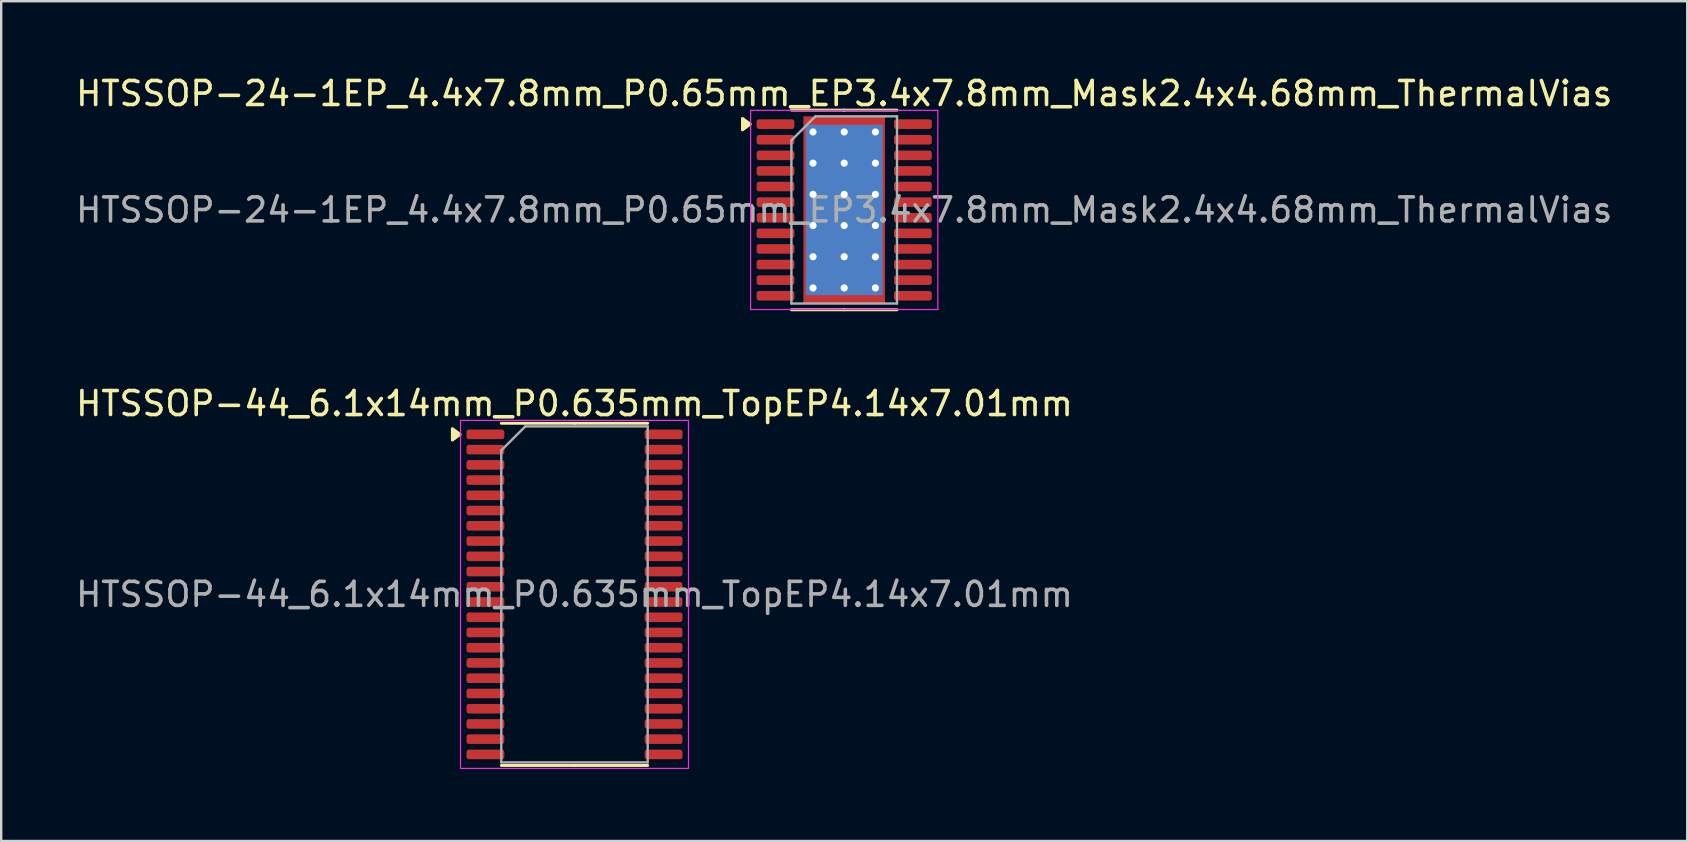
<source format=kicad_pcb>
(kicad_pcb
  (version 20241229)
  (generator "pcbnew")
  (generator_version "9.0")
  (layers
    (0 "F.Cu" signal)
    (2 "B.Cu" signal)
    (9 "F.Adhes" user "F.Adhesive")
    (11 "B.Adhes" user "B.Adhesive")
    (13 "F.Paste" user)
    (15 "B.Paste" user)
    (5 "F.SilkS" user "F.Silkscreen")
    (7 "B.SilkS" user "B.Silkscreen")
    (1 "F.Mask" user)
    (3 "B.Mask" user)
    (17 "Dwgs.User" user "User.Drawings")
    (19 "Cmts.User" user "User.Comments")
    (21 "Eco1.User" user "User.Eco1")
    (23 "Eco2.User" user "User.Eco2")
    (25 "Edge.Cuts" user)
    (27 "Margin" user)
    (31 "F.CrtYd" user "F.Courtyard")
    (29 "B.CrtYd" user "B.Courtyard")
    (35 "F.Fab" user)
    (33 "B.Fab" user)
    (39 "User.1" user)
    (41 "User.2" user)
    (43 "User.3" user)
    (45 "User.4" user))
  (footprint "HTSSOP-44_6.1x14mm_P0.635mm_TopEP4.14x7.01mm"
    (layer "F.Cu")
    (at 20.887 21.716)
    (property "Reference" "HTSSOP-44_6.1x14mm_P0.635mm_TopEP4.14x7.01mm" (at 0 -7.95 0) (layer "F.SilkS") (effects (font (size 1 1) (thickness 0.15))))
    (attr smd)
    (fp_line (start 0 -7.128) (end -3.05 -7.128) (stroke (width 0.12) (type solid)) (layer "F.SilkS"))
    (fp_line (start 0 -7.128) (end 3.05 -7.128) (stroke (width 0.12) (type solid)) (layer "F.SilkS"))
    (fp_line (start 0 7.128) (end -3.05 7.128) (stroke (width 0.12) (type solid)) (layer "F.SilkS"))
    (fp_line (start 0 7.128) (end 3.05 7.128) (stroke (width 0.12) (type solid)) (layer "F.SilkS"))
    (fp_poly (pts (xy -4.76 -6.668) (xy -5.09 -6.428) (xy -5.09 -6.907) (xy -4.76 -6.668)) (stroke (width 0.12) (type solid)) (fill yes) (layer "F.SilkS"))
    (fp_line (start -4.75 -7.25) (end -4.75 7.25) (stroke (width 0.05) (type solid)) (layer "F.CrtYd"))
    (fp_line (start -4.75 7.25) (end 4.75 7.25) (stroke (width 0.05) (type solid)) (layer "F.CrtYd"))
    (fp_line (start 4.75 -7.25) (end -4.75 -7.25) (stroke (width 0.05) (type solid)) (layer "F.CrtYd"))
    (fp_line (start 4.75 7.25) (end 4.75 -7.25) (stroke (width 0.05) (type solid)) (layer "F.CrtYd"))
    (fp_line (start -3.05 -6) (end -2.05 -7) (stroke (width 0.1) (type solid)) (layer "F.Fab"))
    (fp_line (start -3.05 7) (end -3.05 -6) (stroke (width 0.1) (type solid)) (layer "F.Fab"))
    (fp_line (start -2.05 -7) (end 3.05 -7) (stroke (width 0.1) (type solid)) (layer "F.Fab"))
    (fp_line (start 3.05 -7) (end 3.05 7) (stroke (width 0.1) (type solid)) (layer "F.Fab"))
    (fp_line (start 3.05 7) (end -3.05 7) (stroke (width 0.1) (type solid)) (layer "F.Fab"))
    (fp_text user "${REFERENCE}" (at 0 0 0) (layer "F.Fab") (effects (font (size 1 1) (thickness 0.15))))
    (pad "1" smd roundrect (at -3.712 -6.668) (size 1.575 0.4) (layers "F.Cu" "F.Mask" "F.Paste") (roundrect_rratio 0.25))
    (pad "2" smd roundrect (at -3.712 -6.032) (size 1.575 0.4) (layers "F.Cu" "F.Mask" "F.Paste") (roundrect_rratio 0.25))
    (pad "3" smd roundrect (at -3.712 -5.397) (size 1.575 0.4) (layers "F.Cu" "F.Mask" "F.Paste") (roundrect_rratio 0.25))
    (pad "4" smd roundrect (at -3.712 -4.763) (size 1.575 0.4) (layers "F.Cu" "F.Mask" "F.Paste") (roundrect_rratio 0.25))
    (pad "5" smd roundrect (at -3.712 -4.128) (size 1.575 0.4) (layers "F.Cu" "F.Mask" "F.Paste") (roundrect_rratio 0.25))
    (pad "6" smd roundrect (at -3.712 -3.493) (size 1.575 0.4) (layers "F.Cu" "F.Mask" "F.Paste") (roundrect_rratio 0.25))
    (pad "7" smd roundrect (at -3.712 -2.857) (size 1.575 0.4) (layers "F.Cu" "F.Mask" "F.Paste") (roundrect_rratio 0.25))
    (pad "8" smd roundrect (at -3.712 -2.223) (size 1.575 0.4) (layers "F.Cu" "F.Mask" "F.Paste") (roundrect_rratio 0.25))
    (pad "9" smd roundrect (at -3.712 -1.587) (size 1.575 0.4) (layers "F.Cu" "F.Mask" "F.Paste") (roundrect_rratio 0.25))
    (pad "10" smd roundrect (at -3.712 -0.953) (size 1.575 0.4) (layers "F.Cu" "F.Mask" "F.Paste") (roundrect_rratio 0.25))
    (pad "11" smd roundrect (at -3.712 -0.318) (size 1.575 0.4) (layers "F.Cu" "F.Mask" "F.Paste") (roundrect_rratio 0.25))
    (pad "12" smd roundrect (at -3.712 0.318) (size 1.575 0.4) (layers "F.Cu" "F.Mask" "F.Paste") (roundrect_rratio 0.25))
    (pad "13" smd roundrect (at -3.712 0.953) (size 1.575 0.4) (layers "F.Cu" "F.Mask" "F.Paste") (roundrect_rratio 0.25))
    (pad "14" smd roundrect (at -3.712 1.587) (size 1.575 0.4) (layers "F.Cu" "F.Mask" "F.Paste") (roundrect_rratio 0.25))
    (pad "15" smd roundrect (at -3.712 2.223) (size 1.575 0.4) (layers "F.Cu" "F.Mask" "F.Paste") (roundrect_rratio 0.25))
    (pad "16" smd roundrect (at -3.712 2.857) (size 1.575 0.4) (layers "F.Cu" "F.Mask" "F.Paste") (roundrect_rratio 0.25))
    (pad "17" smd roundrect (at -3.712 3.493) (size 1.575 0.4) (layers "F.Cu" "F.Mask" "F.Paste") (roundrect_rratio 0.25))
    (pad "18" smd roundrect (at -3.712 4.128) (size 1.575 0.4) (layers "F.Cu" "F.Mask" "F.Paste") (roundrect_rratio 0.25))
    (pad "19" smd roundrect (at -3.712 4.763) (size 1.575 0.4) (layers "F.Cu" "F.Mask" "F.Paste") (roundrect_rratio 0.25))
    (pad "20" smd roundrect (at -3.712 5.397) (size 1.575 0.4) (layers "F.Cu" "F.Mask" "F.Paste") (roundrect_rratio 0.25))
    (pad "21" smd roundrect (at -3.712 6.032) (size 1.575 0.4) (layers "F.Cu" "F.Mask" "F.Paste") (roundrect_rratio 0.25))
    (pad "22" smd roundrect (at -3.712 6.668) (size 1.575 0.4) (layers "F.Cu" "F.Mask" "F.Paste") (roundrect_rratio 0.25))
    (pad "23" smd roundrect (at 3.712 6.668) (size 1.575 0.4) (layers "F.Cu" "F.Mask" "F.Paste") (roundrect_rratio 0.25))
    (pad "24" smd roundrect (at 3.712 6.032) (size 1.575 0.4) (layers "F.Cu" "F.Mask" "F.Paste") (roundrect_rratio 0.25))
    (pad "25" smd roundrect (at 3.712 5.397) (size 1.575 0.4) (layers "F.Cu" "F.Mask" "F.Paste") (roundrect_rratio 0.25))
    (pad "26" smd roundrect (at 3.712 4.763) (size 1.575 0.4) (layers "F.Cu" "F.Mask" "F.Paste") (roundrect_rratio 0.25))
    (pad "27" smd roundrect (at 3.712 4.128) (size 1.575 0.4) (layers "F.Cu" "F.Mask" "F.Paste") (roundrect_rratio 0.25))
    (pad "28" smd roundrect (at 3.712 3.493) (size 1.575 0.4) (layers "F.Cu" "F.Mask" "F.Paste") (roundrect_rratio 0.25))
    (pad "29" smd roundrect (at 3.712 2.857) (size 1.575 0.4) (layers "F.Cu" "F.Mask" "F.Paste") (roundrect_rratio 0.25))
    (pad "30" smd roundrect (at 3.712 2.223) (size 1.575 0.4) (layers "F.Cu" "F.Mask" "F.Paste") (roundrect_rratio 0.25))
    (pad "31" smd roundrect (at 3.712 1.587) (size 1.575 0.4) (layers "F.Cu" "F.Mask" "F.Paste") (roundrect_rratio 0.25))
    (pad "32" smd roundrect (at 3.712 0.953) (size 1.575 0.4) (layers "F.Cu" "F.Mask" "F.Paste") (roundrect_rratio 0.25))
    (pad "33" smd roundrect (at 3.712 0.318) (size 1.575 0.4) (layers "F.Cu" "F.Mask" "F.Paste") (roundrect_rratio 0.25))
    (pad "34" smd roundrect (at 3.712 -0.318) (size 1.575 0.4) (layers "F.Cu" "F.Mask" "F.Paste") (roundrect_rratio 0.25))
    (pad "35" smd roundrect (at 3.712 -0.953) (size 1.575 0.4) (layers "F.Cu" "F.Mask" "F.Paste") (roundrect_rratio 0.25))
    (pad "36" smd roundrect (at 3.712 -1.587) (size 1.575 0.4) (layers "F.Cu" "F.Mask" "F.Paste") (roundrect_rratio 0.25))
    (pad "37" smd roundrect (at 3.712 -2.223) (size 1.575 0.4) (layers "F.Cu" "F.Mask" "F.Paste") (roundrect_rratio 0.25))
    (pad "38" smd roundrect (at 3.712 -2.857) (size 1.575 0.4) (layers "F.Cu" "F.Mask" "F.Paste") (roundrect_rratio 0.25))
    (pad "39" smd roundrect (at 3.712 -3.493) (size 1.575 0.4) (layers "F.Cu" "F.Mask" "F.Paste") (roundrect_rratio 0.25))
    (pad "40" smd roundrect (at 3.712 -4.128) (size 1.575 0.4) (layers "F.Cu" "F.Mask" "F.Paste") (roundrect_rratio 0.25))
    (pad "41" smd roundrect (at 3.712 -4.763) (size 1.575 0.4) (layers "F.Cu" "F.Mask" "F.Paste") (roundrect_rratio 0.25))
    (pad "42" smd roundrect (at 3.712 -5.397) (size 1.575 0.4) (layers "F.Cu" "F.Mask" "F.Paste") (roundrect_rratio 0.25))
    (pad "43" smd roundrect (at 3.712 -6.032) (size 1.575 0.4) (layers "F.Cu" "F.Mask" "F.Paste") (roundrect_rratio 0.25))
    (pad "44" smd roundrect (at 3.712 -6.668) (size 1.575 0.4) (layers "F.Cu" "F.Mask" "F.Paste") (roundrect_rratio 0.25)))
  (footprint "HTSSOP-24-1EP_4.4x7.8mm_P0.65mm_EP3.4x7.8mm_Mask2.4x4.68mm_ThermalVias"
    (layer "F.Cu")
    (at 32.125 5.698)
    (property "Reference" "HTSSOP-24-1EP_4.4x7.8mm_P0.65mm_EP3.4x7.8mm_Mask2.4x4.68mm_ThermalVias" (at 0 -4.85 0) (layer "F.SilkS") (effects (font (size 1 1) (thickness 0.15))))
    (attr smd)
    (fp_line (start 0 -4.16) (end -2.2 -4.16) (stroke (width 0.12) (type solid)) (layer "F.SilkS"))
    (fp_line (start 0 -4.16) (end 2.2 -4.16) (stroke (width 0.12) (type solid)) (layer "F.SilkS"))
    (fp_line (start 0 4.16) (end -2.2 4.16) (stroke (width 0.12) (type solid)) (layer "F.SilkS"))
    (fp_line (start 0 4.16) (end 2.2 4.16) (stroke (width 0.12) (type solid)) (layer "F.SilkS"))
    (fp_poly (pts (xy -3.91 -3.575) (xy -4.24 -3.335) (xy -4.24 -3.815) (xy -3.91 -3.575)) (stroke (width 0.12) (type solid)) (fill yes) (layer "F.SilkS"))
    (fp_line (start -3.9 -4.15) (end -3.9 4.15) (stroke (width 0.05) (type solid)) (layer "F.CrtYd"))
    (fp_line (start -3.9 4.15) (end 3.9 4.15) (stroke (width 0.05) (type solid)) (layer "F.CrtYd"))
    (fp_line (start 3.9 -4.15) (end -3.9 -4.15) (stroke (width 0.05) (type solid)) (layer "F.CrtYd"))
    (fp_line (start 3.9 4.15) (end 3.9 -4.15) (stroke (width 0.05) (type solid)) (layer "F.CrtYd"))
    (fp_line (start -2.2 -2.9) (end -1.2 -3.9) (stroke (width 0.1) (type solid)) (layer "F.Fab"))
    (fp_line (start -2.2 3.9) (end -2.2 -2.9) (stroke (width 0.1) (type solid)) (layer "F.Fab"))
    (fp_line (start -1.2 -3.9) (end 2.2 -3.9) (stroke (width 0.1) (type solid)) (layer "F.Fab"))
    (fp_line (start 2.2 -3.9) (end 2.2 3.9) (stroke (width 0.1) (type solid)) (layer "F.Fab"))
    (fp_line (start 2.2 3.9) (end -2.2 3.9) (stroke (width 0.1) (type solid)) (layer "F.Fab"))
    (fp_text user "${REFERENCE}" (at 0 0 0) (layer "F.Fab") (effects (font (size 1 1) (thickness 0.15))))
    (pad "" smd roundrect (at 0 -1.17) (size 1.93 1.89) (layers "F.Paste") (roundrect_rratio 0.132))
    (pad "" smd rect (at 0 0) (size 2.4 4.68) (layers "F.Mask"))
    (pad "" smd roundrect (at 0 1.17) (size 1.93 1.89) (layers "F.Paste") (roundrect_rratio 0.132))
    (pad "1" smd roundrect (at -2.862 -3.575) (size 1.575 0.4) (layers "F.Cu" "F.Mask" "F.Paste") (roundrect_rratio 0.25))
    (pad "2" smd roundrect (at -2.862 -2.925) (size 1.575 0.4) (layers "F.Cu" "F.Mask" "F.Paste") (roundrect_rratio 0.25))
    (pad "3" smd roundrect (at -2.862 -2.275) (size 1.575 0.4) (layers "F.Cu" "F.Mask" "F.Paste") (roundrect_rratio 0.25))
    (pad "4" smd roundrect (at -2.862 -1.625) (size 1.575 0.4) (layers "F.Cu" "F.Mask" "F.Paste") (roundrect_rratio 0.25))
    (pad "5" smd roundrect (at -2.862 -0.975) (size 1.575 0.4) (layers "F.Cu" "F.Mask" "F.Paste") (roundrect_rratio 0.25))
    (pad "6" smd roundrect (at -2.862 -0.325) (size 1.575 0.4) (layers "F.Cu" "F.Mask" "F.Paste") (roundrect_rratio 0.25))
    (pad "7" smd roundrect (at -2.862 0.325) (size 1.575 0.4) (layers "F.Cu" "F.Mask" "F.Paste") (roundrect_rratio 0.25))
    (pad "8" smd roundrect (at -2.862 0.975) (size 1.575 0.4) (layers "F.Cu" "F.Mask" "F.Paste") (roundrect_rratio 0.25))
    (pad "9" smd roundrect (at -2.862 1.625) (size 1.575 0.4) (layers "F.Cu" "F.Mask" "F.Paste") (roundrect_rratio 0.25))
    (pad "10" smd roundrect (at -2.862 2.275) (size 1.575 0.4) (layers "F.Cu" "F.Mask" "F.Paste") (roundrect_rratio 0.25))
    (pad "11" smd roundrect (at -2.862 2.925) (size 1.575 0.4) (layers "F.Cu" "F.Mask" "F.Paste") (roundrect_rratio 0.25))
    (pad "12" smd roundrect (at -2.862 3.575) (size 1.575 0.4) (layers "F.Cu" "F.Mask" "F.Paste") (roundrect_rratio 0.25))
    (pad "13" smd roundrect (at 2.862 3.575) (size 1.575 0.4) (layers "F.Cu" "F.Mask" "F.Paste") (roundrect_rratio 0.25))
    (pad "14" smd roundrect (at 2.862 2.925) (size 1.575 0.4) (layers "F.Cu" "F.Mask" "F.Paste") (roundrect_rratio 0.25))
    (pad "15" smd roundrect (at 2.862 2.275) (size 1.575 0.4) (layers "F.Cu" "F.Mask" "F.Paste") (roundrect_rratio 0.25))
    (pad "16" smd roundrect (at 2.862 1.625) (size 1.575 0.4) (layers "F.Cu" "F.Mask" "F.Paste") (roundrect_rratio 0.25))
    (pad "17" smd roundrect (at 2.862 0.975) (size 1.575 0.4) (layers "F.Cu" "F.Mask" "F.Paste") (roundrect_rratio 0.25))
    (pad "18" smd roundrect (at 2.862 0.325) (size 1.575 0.4) (layers "F.Cu" "F.Mask" "F.Paste") (roundrect_rratio 0.25))
    (pad "19" smd roundrect (at 2.862 -0.325) (size 1.575 0.4) (layers "F.Cu" "F.Mask" "F.Paste") (roundrect_rratio 0.25))
    (pad "20" smd roundrect (at 2.862 -0.975) (size 1.575 0.4) (layers "F.Cu" "F.Mask" "F.Paste") (roundrect_rratio 0.25))
    (pad "21" smd roundrect (at 2.862 -1.625) (size 1.575 0.4) (layers "F.Cu" "F.Mask" "F.Paste") (roundrect_rratio 0.25))
    (pad "22" smd roundrect (at 2.862 -2.275) (size 1.575 0.4) (layers "F.Cu" "F.Mask" "F.Paste") (roundrect_rratio 0.25))
    (pad "23" smd roundrect (at 2.862 -2.925) (size 1.575 0.4) (layers "F.Cu" "F.Mask" "F.Paste") (roundrect_rratio 0.25))
    (pad "24" smd roundrect (at 2.862 -3.575) (size 1.575 0.4) (layers "F.Cu" "F.Mask" "F.Paste") (roundrect_rratio 0.25))
    (pad "25" thru_hole circle (at -1.3 -3.25) (size 0.6 0.6) (drill 0.3) (property pad_prop_heatsink) (layers "*.Cu"))
    (pad "25" thru_hole circle (at -1.3 -1.95) (size 0.6 0.6) (drill 0.3) (property pad_prop_heatsink) (layers "*.Cu"))
    (pad "25" thru_hole circle (at -1.3 -0.65) (size 0.6 0.6) (drill 0.3) (property pad_prop_heatsink) (layers "*.Cu"))
    (pad "25" thru_hole circle (at -1.3 0.65) (size 0.6 0.6) (drill 0.3) (property pad_prop_heatsink) (layers "*.Cu"))
    (pad "25" thru_hole circle (at -1.3 1.95) (size 0.6 0.6) (drill 0.3) (property pad_prop_heatsink) (layers "*.Cu"))
    (pad "25" thru_hole circle (at -1.3 3.25) (size 0.6 0.6) (drill 0.3) (property pad_prop_heatsink) (layers "*.Cu"))
    (pad "25" thru_hole circle (at 0 -3.25) (size 0.6 0.6) (drill 0.3) (property pad_prop_heatsink) (layers "*.Cu"))
    (pad "25" thru_hole circle (at 0 -1.95) (size 0.6 0.6) (drill 0.3) (property pad_prop_heatsink) (layers "*.Cu"))
    (pad "25" thru_hole circle (at 0 -0.65) (size 0.6 0.6) (drill 0.3) (property pad_prop_heatsink) (layers "*.Cu"))
    (pad "25" smd rect (at 0 0) (size 3.2 7.1) (property pad_prop_heatsink) (layers "B.Cu"))
    (pad "25" smd rect (at 0 0) (size 3.4 7.8) (property pad_prop_heatsink) (layers "F.Cu"))
    (pad "25" thru_hole circle (at 0 0.65) (size 0.6 0.6) (drill 0.3) (property pad_prop_heatsink) (layers "*.Cu"))
    (pad "25" thru_hole circle (at 0 1.95) (size 0.6 0.6) (drill 0.3) (property pad_prop_heatsink) (layers "*.Cu"))
    (pad "25" thru_hole circle (at 0 3.25) (size 0.6 0.6) (drill 0.3) (property pad_prop_heatsink) (layers "*.Cu"))
    (pad "25" thru_hole circle (at 1.3 -3.25) (size 0.6 0.6) (drill 0.3) (property pad_prop_heatsink) (layers "*.Cu"))
    (pad "25" thru_hole circle (at 1.3 -1.95) (size 0.6 0.6) (drill 0.3) (property pad_prop_heatsink) (layers "*.Cu"))
    (pad "25" thru_hole circle (at 1.3 -0.65) (size 0.6 0.6) (drill 0.3) (property pad_prop_heatsink) (layers "*.Cu"))
    (pad "25" thru_hole circle (at 1.3 0.65) (size 0.6 0.6) (drill 0.3) (property pad_prop_heatsink) (layers "*.Cu"))
    (pad "25" thru_hole circle (at 1.3 1.95) (size 0.6 0.6) (drill 0.3) (property pad_prop_heatsink) (layers "*.Cu"))
    (pad "25" thru_hole circle (at 1.3 3.25) (size 0.6 0.6) (drill 0.3) (property pad_prop_heatsink) (layers "*.Cu")))
  (gr_rect
    (start -3 -3)
    (end 67.25 31.991)
    (stroke (width 0.1) (type default))
    (fill no)
    (layer "Edge.Cuts")))
</source>
